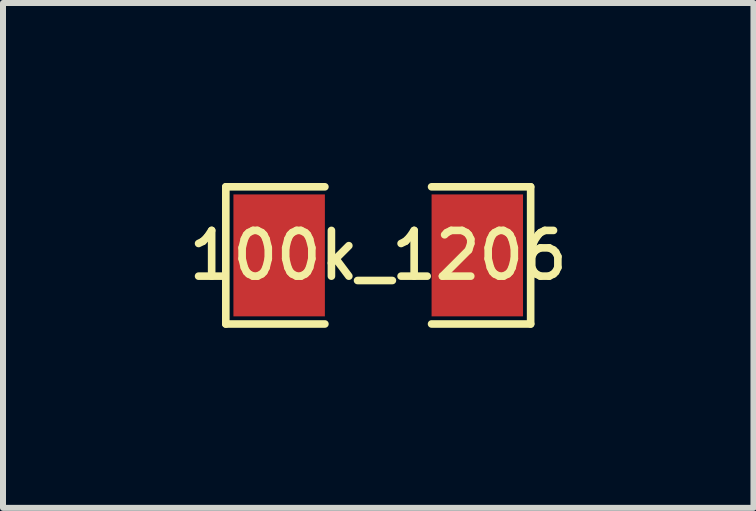
<source format=kicad_pcb>
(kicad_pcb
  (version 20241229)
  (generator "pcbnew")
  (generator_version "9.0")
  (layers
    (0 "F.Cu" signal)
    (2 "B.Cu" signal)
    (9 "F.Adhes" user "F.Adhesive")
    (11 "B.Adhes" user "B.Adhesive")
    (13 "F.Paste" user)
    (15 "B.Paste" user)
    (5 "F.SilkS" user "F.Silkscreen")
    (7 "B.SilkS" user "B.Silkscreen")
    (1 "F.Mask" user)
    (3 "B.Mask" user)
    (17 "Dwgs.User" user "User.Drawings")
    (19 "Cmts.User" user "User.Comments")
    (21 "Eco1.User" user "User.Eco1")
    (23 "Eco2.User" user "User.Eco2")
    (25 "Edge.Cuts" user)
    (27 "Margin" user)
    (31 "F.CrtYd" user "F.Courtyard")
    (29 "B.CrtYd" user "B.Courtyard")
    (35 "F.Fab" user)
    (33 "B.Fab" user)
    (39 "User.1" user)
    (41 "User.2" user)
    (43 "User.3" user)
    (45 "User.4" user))
  (footprint "100k_1206"
    (layer "F.Cu")
    (at 3.253 1.206)
    (property "Reference" "100k_1206" (at 0 0 0) (layer "F.SilkS") (effects (font (size 0.762 0.762) (thickness 0.127))))
    (attr smd)
    (fp_line (start -2.54 -1.143) (end -2.54 1.143) (stroke (width 0.127) (type solid)) (layer "F.SilkS"))
    (fp_line (start -2.54 1.143) (end -0.889 1.143) (stroke (width 0.127) (type solid)) (layer "F.SilkS"))
    (fp_line (start -0.889 -1.143) (end -2.54 -1.143) (stroke (width 0.127) (type solid)) (layer "F.SilkS"))
    (fp_line (start 0.889 -1.143) (end 2.54 -1.143) (stroke (width 0.127) (type solid)) (layer "F.SilkS"))
    (fp_line (start 2.54 -1.143) (end 2.54 1.143) (stroke (width 0.127) (type solid)) (layer "F.SilkS"))
    (fp_line (start 2.54 1.143) (end 0.889 1.143) (stroke (width 0.127) (type solid)) (layer "F.SilkS"))
    (pad "1" smd rect (at -1.651 0) (size 1.524 2.032) (layers "F.Cu" "F.Mask" "F.Paste"))
    (pad "2" smd rect (at 1.651 0) (size 1.524 2.032) (layers "F.Cu" "F.Mask" "F.Paste")))
  (gr_rect
    (start -3 -3)
    (end 9.506 5.413)
    (stroke (width 0.1) (type default))
    (fill no)
    (layer "Edge.Cuts")))
</source>
